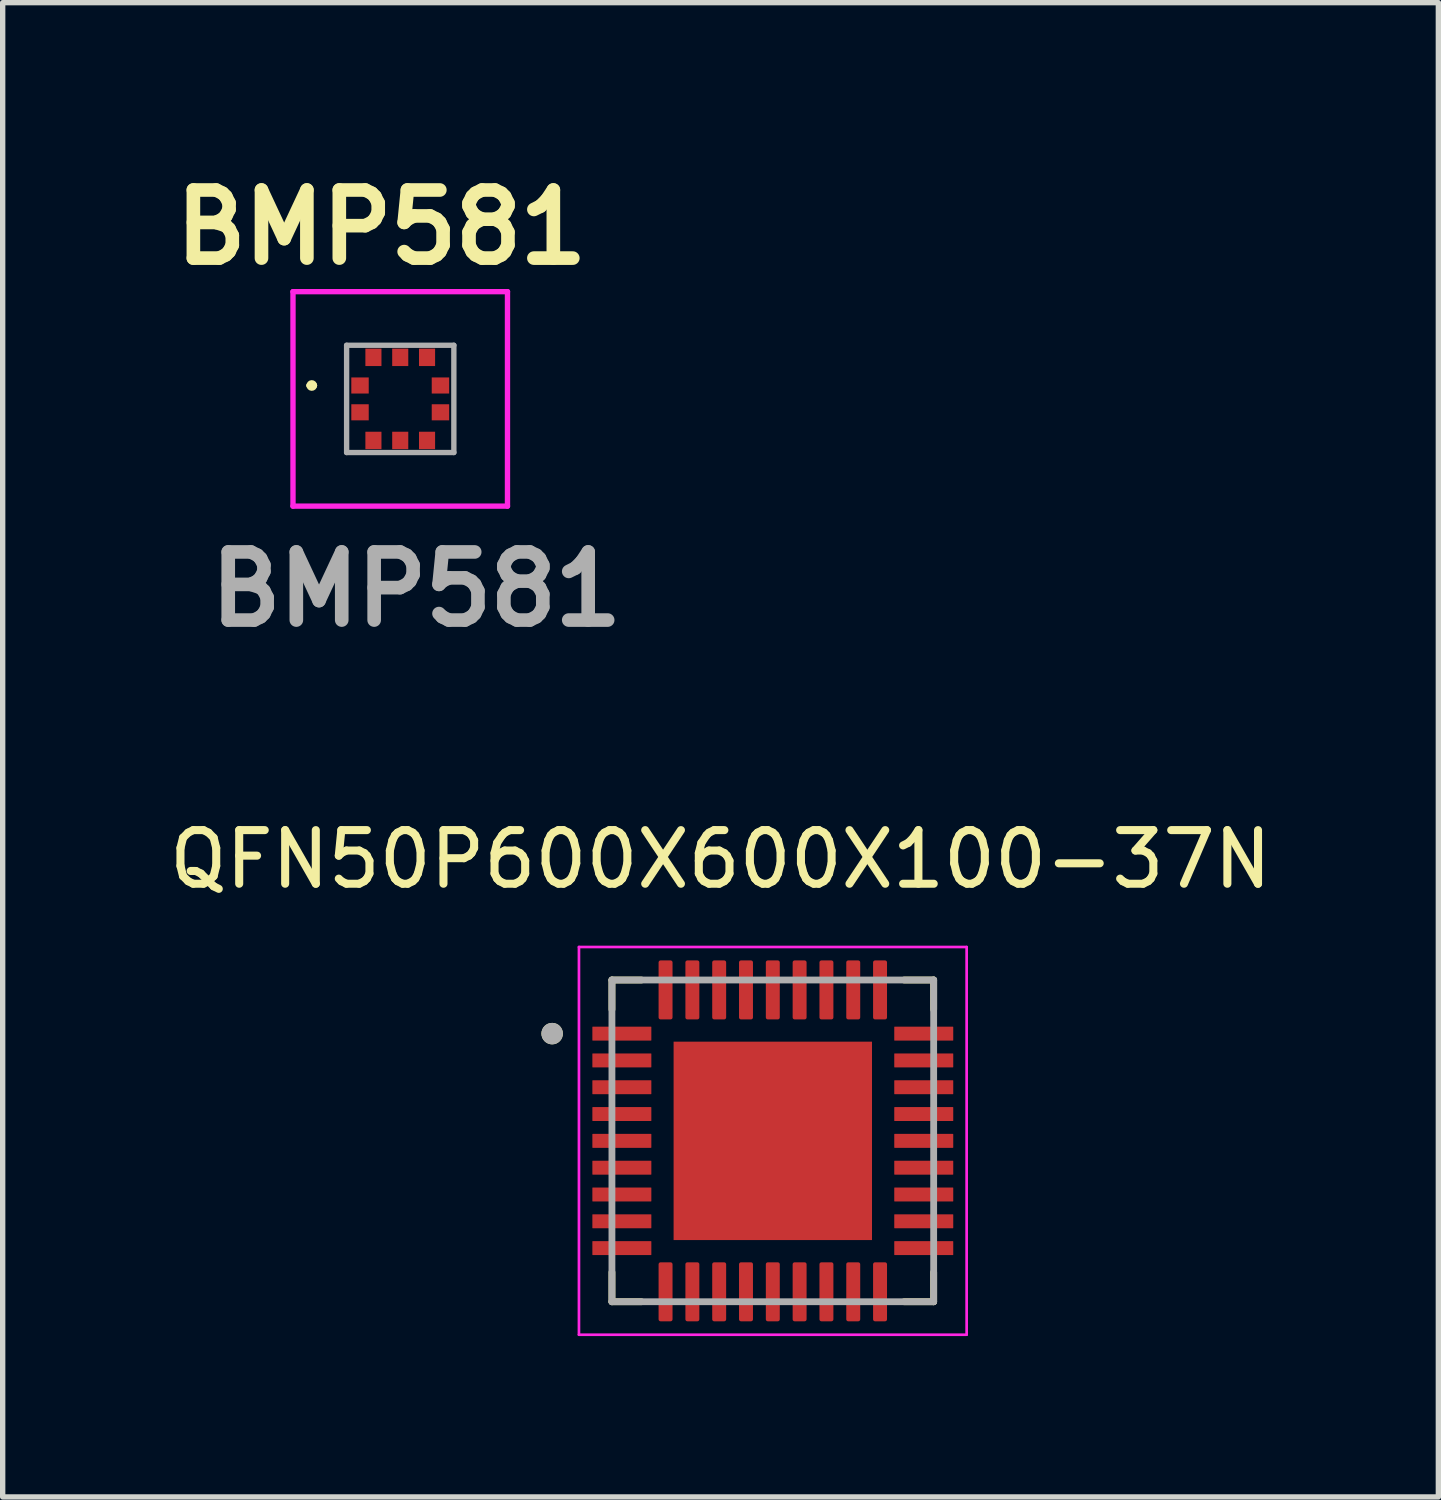
<source format=kicad_pcb>
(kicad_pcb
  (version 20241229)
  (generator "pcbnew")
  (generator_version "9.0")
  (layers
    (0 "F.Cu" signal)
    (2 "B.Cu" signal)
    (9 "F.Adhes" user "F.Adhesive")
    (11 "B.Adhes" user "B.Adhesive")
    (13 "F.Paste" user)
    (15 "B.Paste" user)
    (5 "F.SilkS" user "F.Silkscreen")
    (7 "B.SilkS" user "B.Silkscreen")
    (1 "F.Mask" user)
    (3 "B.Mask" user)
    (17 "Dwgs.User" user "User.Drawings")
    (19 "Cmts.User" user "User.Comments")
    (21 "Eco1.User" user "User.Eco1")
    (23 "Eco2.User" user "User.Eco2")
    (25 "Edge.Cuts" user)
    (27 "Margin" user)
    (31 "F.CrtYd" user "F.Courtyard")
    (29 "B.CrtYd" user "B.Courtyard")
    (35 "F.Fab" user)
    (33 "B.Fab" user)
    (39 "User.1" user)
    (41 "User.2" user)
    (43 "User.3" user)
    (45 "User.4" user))
  (footprint "QFN50P600X600X100-37N"
    (layer "F.Cu")
    (at 11.362 18.226)
    (property "Reference" "QFN50P600X600X100-37N" (at -0.975 -5.25 0) (layer "F.SilkS") (effects (font (size 1 1) (thickness 0.15))))
    (attr smd)
    (fp_line (start -3 -3) (end -3 -2.45) (stroke (width 0.127) (type solid)) (layer "F.SilkS"))
    (fp_line (start -3 -3) (end -2.45 -3) (stroke (width 0.127) (type solid)) (layer "F.SilkS"))
    (fp_line (start -3 3) (end -3 2.45) (stroke (width 0.127) (type solid)) (layer "F.SilkS"))
    (fp_line (start -3 3) (end -2.45 3) (stroke (width 0.127) (type solid)) (layer "F.SilkS"))
    (fp_line (start 3 -3) (end 2.45 -3) (stroke (width 0.127) (type solid)) (layer "F.SilkS"))
    (fp_line (start 3 -3) (end 3 -2.45) (stroke (width 0.127) (type solid)) (layer "F.SilkS"))
    (fp_line (start 3 3) (end 2.45 3) (stroke (width 0.127) (type solid)) (layer "F.SilkS"))
    (fp_line (start 3 3) (end 3 2.45) (stroke (width 0.127) (type solid)) (layer "F.SilkS"))
    (fp_circle (center -4.115 -2) (end -4.015 -2) (stroke (width 0.2) (type solid)) (fill no) (layer "F.SilkS"))
    (fp_poly (pts (xy -1.17 -1.17) (xy 1.17 -1.17) (xy 1.17 1.17) (xy -1.17 1.17)) (stroke (width 0.01) (type solid)) (fill yes) (layer "F.Paste"))
    (fp_line (start -3.615 -3.615) (end 3.615 -3.615) (stroke (width 0.05) (type solid)) (layer "F.CrtYd"))
    (fp_line (start -3.615 3.615) (end -3.615 -3.615) (stroke (width 0.05) (type solid)) (layer "F.CrtYd"))
    (fp_line (start -3.615 3.615) (end 3.615 3.615) (stroke (width 0.05) (type solid)) (layer "F.CrtYd"))
    (fp_line (start 3.615 3.615) (end 3.615 -3.615) (stroke (width 0.05) (type solid)) (layer "F.CrtYd"))
    (fp_line (start -3 3) (end -3 -3) (stroke (width 0.127) (type solid)) (layer "F.Fab"))
    (fp_line (start 3 -3) (end -3 -3) (stroke (width 0.127) (type solid)) (layer "F.Fab"))
    (fp_line (start 3 3) (end -3 3) (stroke (width 0.127) (type solid)) (layer "F.Fab"))
    (fp_line (start 3 3) (end 3 -3) (stroke (width 0.127) (type solid)) (layer "F.Fab"))
    (fp_circle (center -4.115 -2) (end -4.015 -2) (stroke (width 0.2) (type solid)) (fill no) (layer "F.Fab"))
    (pad "1" smd roundrect (at -2.815 -2) (size 1.1 0.26) (layers "F.Cu" "F.Mask" "F.Paste") (roundrect_rratio 0.03))
    (pad "2" smd roundrect (at -2.815 -1.5) (size 1.1 0.26) (layers "F.Cu" "F.Mask" "F.Paste") (roundrect_rratio 0.03))
    (pad "3" smd roundrect (at -2.815 -1) (size 1.1 0.26) (layers "F.Cu" "F.Mask" "F.Paste") (roundrect_rratio 0.03))
    (pad "4" smd roundrect (at -2.815 -0.5) (size 1.1 0.26) (layers "F.Cu" "F.Mask" "F.Paste") (roundrect_rratio 0.03))
    (pad "5" smd roundrect (at -2.815 0) (size 1.1 0.26) (layers "F.Cu" "F.Mask" "F.Paste") (roundrect_rratio 0.03))
    (pad "6" smd roundrect (at -2.815 0.5) (size 1.1 0.26) (layers "F.Cu" "F.Mask" "F.Paste") (roundrect_rratio 0.03))
    (pad "7" smd roundrect (at -2.815 1) (size 1.1 0.26) (layers "F.Cu" "F.Mask" "F.Paste") (roundrect_rratio 0.03))
    (pad "8" smd roundrect (at -2.815 1.5) (size 1.1 0.26) (layers "F.Cu" "F.Mask" "F.Paste") (roundrect_rratio 0.03))
    (pad "9" smd roundrect (at -2.815 2) (size 1.1 0.26) (layers "F.Cu" "F.Mask" "F.Paste") (roundrect_rratio 0.03))
    (pad "10" smd roundrect (at -2 2.815) (size 0.26 1.1) (layers "F.Cu" "F.Mask" "F.Paste") (roundrect_rratio 0.14))
    (pad "11" smd roundrect (at -1.5 2.815) (size 0.26 1.1) (layers "F.Cu" "F.Mask" "F.Paste") (roundrect_rratio 0.14))
    (pad "12" smd roundrect (at -1 2.815) (size 0.26 1.1) (layers "F.Cu" "F.Mask" "F.Paste") (roundrect_rratio 0.14))
    (pad "13" smd roundrect (at -0.5 2.815) (size 0.26 1.1) (layers "F.Cu" "F.Mask" "F.Paste") (roundrect_rratio 0.14))
    (pad "14" smd roundrect (at 0 2.815) (size 0.26 1.1) (layers "F.Cu" "F.Mask" "F.Paste") (roundrect_rratio 0.14))
    (pad "15" smd roundrect (at 0.5 2.815) (size 0.26 1.1) (layers "F.Cu" "F.Mask" "F.Paste") (roundrect_rratio 0.14))
    (pad "16" smd roundrect (at 1 2.815) (size 0.26 1.1) (layers "F.Cu" "F.Mask" "F.Paste") (roundrect_rratio 0.14))
    (pad "17" smd roundrect (at 1.5 2.815) (size 0.26 1.1) (layers "F.Cu" "F.Mask" "F.Paste") (roundrect_rratio 0.14))
    (pad "18" smd roundrect (at 2 2.815) (size 0.26 1.1) (layers "F.Cu" "F.Mask" "F.Paste") (roundrect_rratio 0.14))
    (pad "19" smd roundrect (at 2.815 2) (size 1.1 0.26) (layers "F.Cu" "F.Mask" "F.Paste") (roundrect_rratio 0.03))
    (pad "20" smd roundrect (at 2.815 1.5) (size 1.1 0.26) (layers "F.Cu" "F.Mask" "F.Paste") (roundrect_rratio 0.03))
    (pad "21" smd roundrect (at 2.815 1) (size 1.1 0.26) (layers "F.Cu" "F.Mask" "F.Paste") (roundrect_rratio 0.03))
    (pad "22" smd roundrect (at 2.815 0.5) (size 1.1 0.26) (layers "F.Cu" "F.Mask" "F.Paste") (roundrect_rratio 0.03))
    (pad "23" smd roundrect (at 2.815 0) (size 1.1 0.26) (layers "F.Cu" "F.Mask" "F.Paste") (roundrect_rratio 0.03))
    (pad "24" smd roundrect (at 2.815 -0.5) (size 1.1 0.26) (layers "F.Cu" "F.Mask" "F.Paste") (roundrect_rratio 0.03))
    (pad "25" smd roundrect (at 2.815 -1) (size 1.1 0.26) (layers "F.Cu" "F.Mask" "F.Paste") (roundrect_rratio 0.03))
    (pad "26" smd roundrect (at 2.815 -1.5) (size 1.1 0.26) (layers "F.Cu" "F.Mask" "F.Paste") (roundrect_rratio 0.03))
    (pad "27" smd roundrect (at 2.815 -2) (size 1.1 0.26) (layers "F.Cu" "F.Mask" "F.Paste") (roundrect_rratio 0.03))
    (pad "28" smd roundrect (at 2 -2.815) (size 0.26 1.1) (layers "F.Cu" "F.Mask" "F.Paste") (roundrect_rratio 0.14))
    (pad "29" smd roundrect (at 1.5 -2.815) (size 0.26 1.1) (layers "F.Cu" "F.Mask" "F.Paste") (roundrect_rratio 0.14))
    (pad "30" smd roundrect (at 1 -2.815) (size 0.26 1.1) (layers "F.Cu" "F.Mask" "F.Paste") (roundrect_rratio 0.14))
    (pad "31" smd roundrect (at 0.5 -2.815) (size 0.26 1.1) (layers "F.Cu" "F.Mask" "F.Paste") (roundrect_rratio 0.14))
    (pad "32" smd roundrect (at 0 -2.815) (size 0.26 1.1) (layers "F.Cu" "F.Mask" "F.Paste") (roundrect_rratio 0.14))
    (pad "33" smd roundrect (at -0.5 -2.815) (size 0.26 1.1) (layers "F.Cu" "F.Mask" "F.Paste") (roundrect_rratio 0.14))
    (pad "34" smd roundrect (at -1 -2.815) (size 0.26 1.1) (layers "F.Cu" "F.Mask" "F.Paste") (roundrect_rratio 0.14))
    (pad "35" smd roundrect (at -1.5 -2.815) (size 0.26 1.1) (layers "F.Cu" "F.Mask" "F.Paste") (roundrect_rratio 0.14))
    (pad "36" smd roundrect (at -2 -2.815) (size 0.26 1.1) (layers "F.Cu" "F.Mask" "F.Paste") (roundrect_rratio 0.14))
    (pad "37" smd rect (at 0 0) (size 3.7 3.7) (layers "F.Cu" "F.Mask")))
  (footprint "BMP581"
    (layer "F.Cu")
    (at 4.414 4.389)
    (property "Reference" "BMP581" (at -0.35 -3.2 0) (layer "F.SilkS") (effects (font (size 1.27 1.27) (thickness 0.254))))
    (attr smd)
    (fp_line (start -1.7 -0.25) (end -1.7 -0.25) (stroke (width 0.1) (type solid)) (layer "F.SilkS"))
    (fp_line (start -1.6 -0.25) (end -1.6 -0.25) (stroke (width 0.1) (type solid)) (layer "F.SilkS"))
    (fp_arc (start -1.7 -0.25) (mid -1.65 -0.3) (end -1.6 -0.25) (stroke (width 0.1) (type solid)) (layer "F.SilkS"))
    (fp_arc (start -1.6 -0.25) (mid -1.65 -0.2) (end -1.7 -0.25) (stroke (width 0.1) (type solid)) (layer "F.SilkS"))
    (fp_line (start -2 -2) (end 2 -2) (stroke (width 0.1) (type solid)) (layer "F.CrtYd"))
    (fp_line (start -2 2) (end -2 -2) (stroke (width 0.1) (type solid)) (layer "F.CrtYd"))
    (fp_line (start 2 -2) (end 2 2) (stroke (width 0.1) (type solid)) (layer "F.CrtYd"))
    (fp_line (start 2 2) (end -2 2) (stroke (width 0.1) (type solid)) (layer "F.CrtYd"))
    (fp_line (start -1 -1) (end 1 -1) (stroke (width 0.1) (type solid)) (layer "F.Fab"))
    (fp_line (start -1 1) (end -1 -1) (stroke (width 0.1) (type solid)) (layer "F.Fab"))
    (fp_line (start 1 -1) (end 1 1) (stroke (width 0.1) (type solid)) (layer "F.Fab"))
    (fp_line (start 1 1) (end -1 1) (stroke (width 0.1) (type solid)) (layer "F.Fab"))
    (fp_text user "${REFERENCE}" (at 0.3 3.55 0) (layer "F.Fab") (effects (font (size 1.27 1.27) (thickness 0.254))))
    (pad "1" smd rect (at -0.75 -0.25 90) (size 0.3 0.325) (layers "F.Cu" "F.Mask" "F.Paste"))
    (pad "2" smd rect (at -0.75 0.25 90) (size 0.3 0.325) (layers "F.Cu" "F.Mask" "F.Paste"))
    (pad "3" smd rect (at -0.5 0.775) (size 0.3 0.325) (layers "F.Cu" "F.Mask" "F.Paste"))
    (pad "4" smd rect (at 0 0.775) (size 0.3 0.325) (layers "F.Cu" "F.Mask" "F.Paste"))
    (pad "5" smd rect (at 0.5 0.775) (size 0.3 0.325) (layers "F.Cu" "F.Mask" "F.Paste"))
    (pad "6" smd rect (at 0.75 0.25 90) (size 0.3 0.325) (layers "F.Cu" "F.Mask" "F.Paste"))
    (pad "7" smd rect (at 0.75 -0.25 90) (size 0.3 0.325) (layers "F.Cu" "F.Mask" "F.Paste"))
    (pad "8" smd rect (at 0.5 -0.775) (size 0.3 0.325) (layers "F.Cu" "F.Mask" "F.Paste"))
    (pad "9" smd rect (at 0 -0.775) (size 0.3 0.325) (layers "F.Cu" "F.Mask" "F.Paste"))
    (pad "10" smd rect (at -0.5 -0.775) (size 0.3 0.325) (layers "F.Cu" "F.Mask" "F.Paste")))
  (gr_rect
    (start -3 -3)
    (end 23.774 24.866)
    (stroke (width 0.1) (type default))
    (fill no)
    (layer "Edge.Cuts")))
</source>
